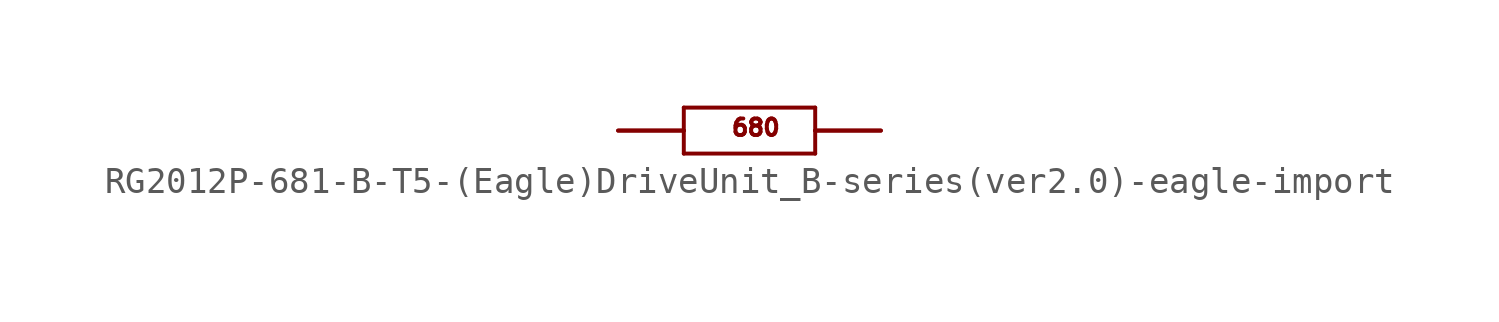
<source format=kicad_sym>
(kicad_symbol_lib
  (version 20220914)
  (generator kicad_symbol_editor)
  (symbol "RG2012P-681-B-T5-(Eagle)DriveUnit_B-series(ver2.0)-eagle-import"
    (pin_names
      (offset 1.016))
    (property "Reference" "R"
      (at 0 0 0)
      (effects (font (size 1.27 1.27)) hide))
    (property "ki_locked" ""
      (at 0 0 0)
      (effects (font (size 1.27 1.27))))
    (symbol "RG2012P-681-B-T5-(Eagle)DriveUnit_B-series(ver2.0)-eagle-import_1_0"
      (polyline (pts (xy -5.08 0) (xy -2.54 0)) (stroke (width 0) (type solid)) (fill (type none)))
      (polyline (pts (xy -2.54 -0.889) (xy -2.54 0)) (stroke (width 0) (type solid)) (fill (type none)))
      (polyline (pts (xy -2.54 -0.889) (xy 2.54 -0.889)) (stroke (width 0) (type solid)) (fill (type none)))
      (polyline (pts (xy -2.54 0) (xy -2.54 0.889)) (stroke (width 0) (type solid)) (fill (type none)))
      (polyline (pts (xy 2.54 -0.889) (xy 2.54 0)) (stroke (width 0) (type solid)) (fill (type none)))
      (polyline (pts (xy 2.54 0) (xy 2.54 0.889)) (stroke (width 0) (type solid)) (fill (type none)))
      (polyline (pts (xy 2.54 0) (xy 5.08 0)) (stroke (width 0) (type solid)) (fill (type none)))
      (polyline (pts (xy 2.54 0.889) (xy -2.54 0.889)) (stroke (width 0) (type solid)) (fill (type none)))
      (text "680" (at -0.762 -0.254 0) (effects (font (size 0.635 0.635)) (justify left bottom)))
      (pin bidirectional line (at 5.08 0 180) (length 2.54) (name "P$1" (effects (font (size 0 0)))) (number "LEFT" (effects (font (size 0 0)))))
      (pin bidirectional line (at -5.08 0 0) (length 2.54) (name "P$2" (effects (font (size 0 0)))) (number "RIGHT" (effects (font (size 0 0))))))))
</source>
